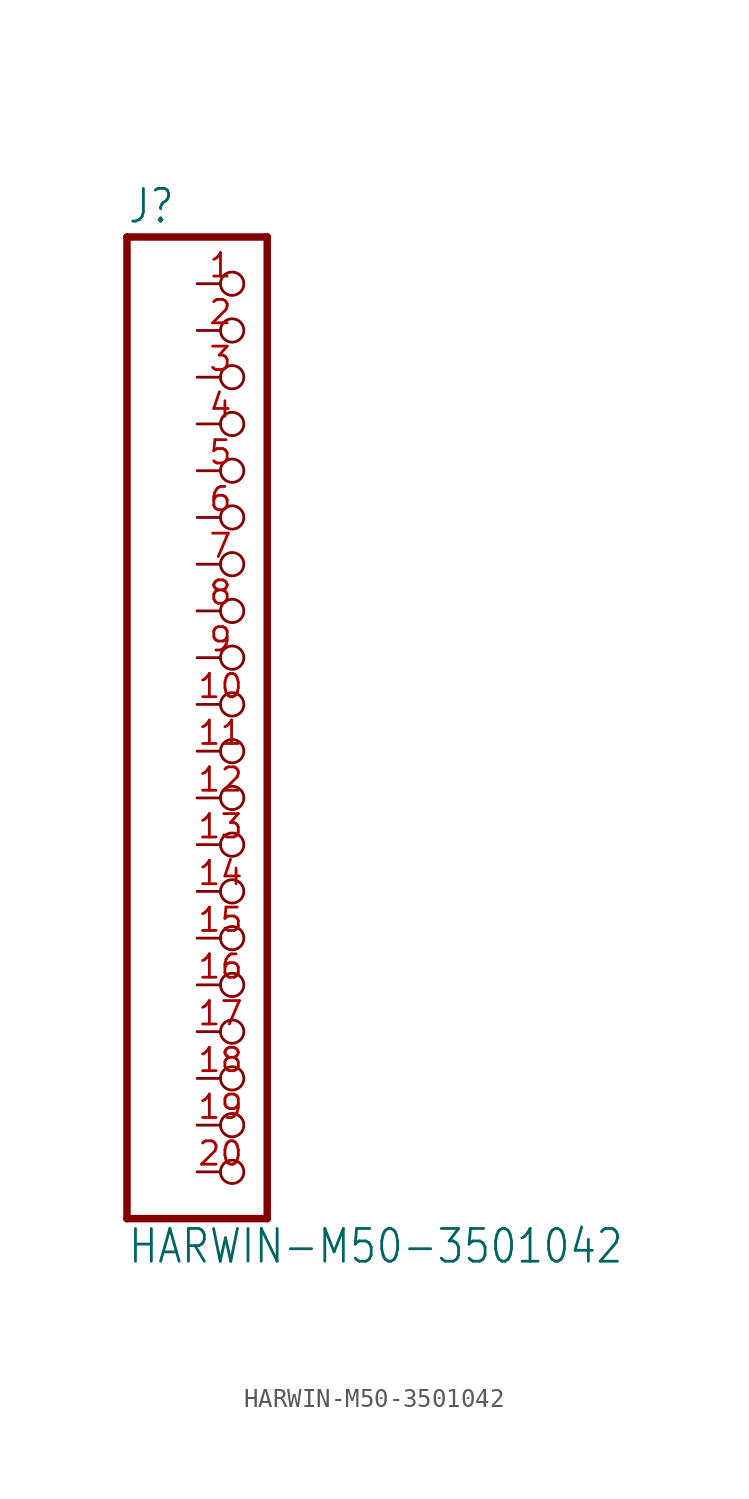
<source format=kicad_sym>
(kicad_symbol_lib
  (version 20211014)
  (generator kicad_symbol_editor)
  (symbol "HARWIN-M50-3501042"
    (property "Reference" "J"
      (at -6.35 26.035 0)
      (effects (font (size 1.778 1.511)) (justify left bottom)))
    (property "Value" "HARWIN-M50-3501042"
      (at -6.35 -30.48 0)
      (effects (font (size 1.778 1.511)) (justify left bottom)))
    (property "ki_locked" ""
      (at 0 0 0)
      (effects (font (size 1.27 1.27))))
    (symbol "HARWIN-M50-3501042_1_0"
      (polyline (pts (xy -6.35 -27.94) (xy 1.27 -27.94)) (stroke (width 0.406) (type default) (color 0 0 0 0)) (fill (type none)))
      (polyline (pts (xy -6.35 25.4) (xy -6.35 -27.94)) (stroke (width 0.406) (type default) (color 0 0 0 0)) (fill (type none)))
      (polyline (pts (xy 1.27 -27.94) (xy 1.27 25.4)) (stroke (width 0.406) (type default) (color 0 0 0 0)) (fill (type none)))
      (polyline (pts (xy 1.27 25.4) (xy -6.35 25.4)) (stroke (width 0.406) (type default) (color 0 0 0 0)) (fill (type none)))
      (pin passive inverted (at -2.54 22.86 0) (length 2.54) (name "1" (effects (font (size 0 0)))) (number "1" (effects (font (size 1.27 1.27)))))
      (pin passive inverted (at -2.54 0 0) (length 2.54) (name "10" (effects (font (size 0 0)))) (number "10" (effects (font (size 1.27 1.27)))))
      (pin passive inverted (at -2.54 -2.54 0) (length 2.54) (name "11" (effects (font (size 0 0)))) (number "11" (effects (font (size 1.27 1.27)))))
      (pin passive inverted (at -2.54 -5.08 0) (length 2.54) (name "12" (effects (font (size 0 0)))) (number "12" (effects (font (size 1.27 1.27)))))
      (pin passive inverted (at -2.54 -7.62 0) (length 2.54) (name "13" (effects (font (size 0 0)))) (number "13" (effects (font (size 1.27 1.27)))))
      (pin passive inverted (at -2.54 -10.16 0) (length 2.54) (name "14" (effects (font (size 0 0)))) (number "14" (effects (font (size 1.27 1.27)))))
      (pin passive inverted (at -2.54 -12.7 0) (length 2.54) (name "15" (effects (font (size 0 0)))) (number "15" (effects (font (size 1.27 1.27)))))
      (pin passive inverted (at -2.54 -15.24 0) (length 2.54) (name "16" (effects (font (size 0 0)))) (number "16" (effects (font (size 1.27 1.27)))))
      (pin passive inverted (at -2.54 -17.78 0) (length 2.54) (name "17" (effects (font (size 0 0)))) (number "17" (effects (font (size 1.27 1.27)))))
      (pin passive inverted (at -2.54 -20.32 0) (length 2.54) (name "18" (effects (font (size 0 0)))) (number "18" (effects (font (size 1.27 1.27)))))
      (pin passive inverted (at -2.54 -22.86 0) (length 2.54) (name "19" (effects (font (size 0 0)))) (number "19" (effects (font (size 1.27 1.27)))))
      (pin passive inverted (at -2.54 20.32 0) (length 2.54) (name "2" (effects (font (size 0 0)))) (number "2" (effects (font (size 1.27 1.27)))))
      (pin passive inverted (at -2.54 -25.4 0) (length 2.54) (name "20" (effects (font (size 0 0)))) (number "20" (effects (font (size 1.27 1.27)))))
      (pin passive inverted (at -2.54 17.78 0) (length 2.54) (name "3" (effects (font (size 0 0)))) (number "3" (effects (font (size 1.27 1.27)))))
      (pin passive inverted (at -2.54 15.24 0) (length 2.54) (name "4" (effects (font (size 0 0)))) (number "4" (effects (font (size 1.27 1.27)))))
      (pin passive inverted (at -2.54 12.7 0) (length 2.54) (name "5" (effects (font (size 0 0)))) (number "5" (effects (font (size 1.27 1.27)))))
      (pin passive inverted (at -2.54 10.16 0) (length 2.54) (name "6" (effects (font (size 0 0)))) (number "6" (effects (font (size 1.27 1.27)))))
      (pin passive inverted (at -2.54 7.62 0) (length 2.54) (name "7" (effects (font (size 0 0)))) (number "7" (effects (font (size 1.27 1.27)))))
      (pin passive inverted (at -2.54 5.08 0) (length 2.54) (name "8" (effects (font (size 0 0)))) (number "8" (effects (font (size 1.27 1.27)))))
      (pin passive inverted (at -2.54 2.54 0) (length 2.54) (name "9" (effects (font (size 0 0)))) (number "9" (effects (font (size 1.27 1.27))))))))
</source>
